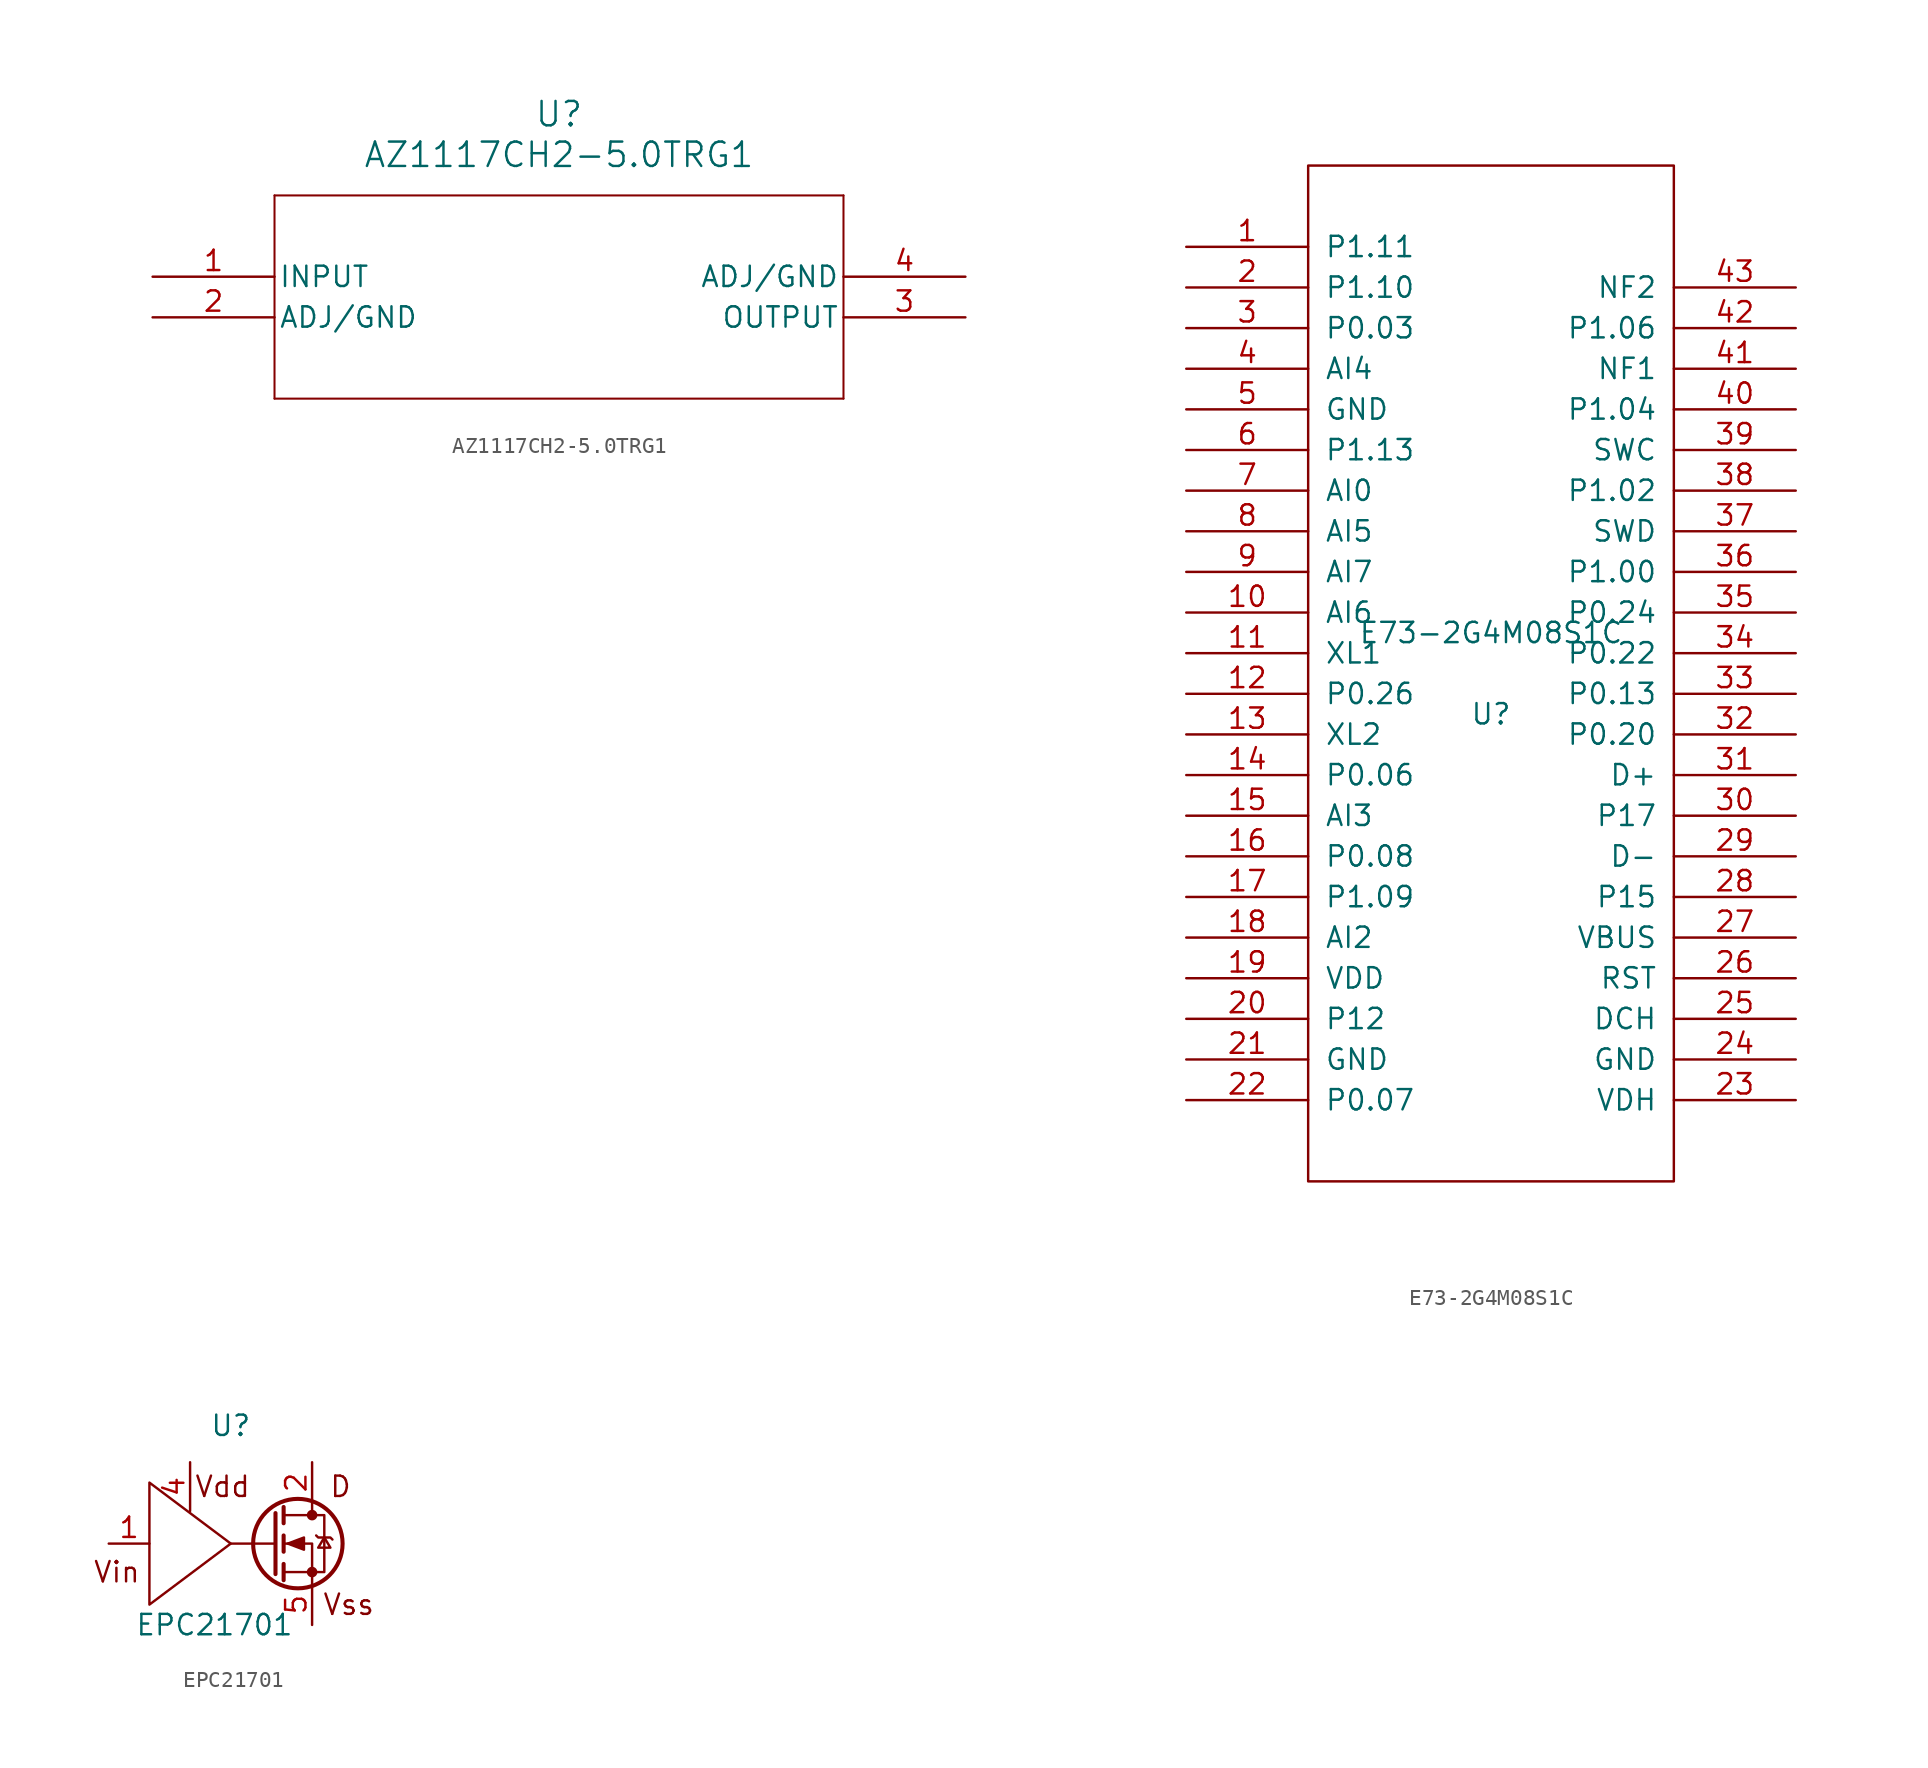
<source format=kicad_sym>
(kicad_symbol_lib
  (version 20220914)
  (generator kicad_symbol_editor)
  (symbol "AZ1117CH2-5.0TRG1"
    (pin_names
      (offset 0.254))
    (property "Reference" "U"
      (at 25.4 10.16 0)
      (effects (font (size 1.524 1.524))))
    (property "Value" "AZ1117CH2-5.0TRG1"
      (at 25.4 7.62 0)
      (effects (font (size 1.524 1.524))))
    (property "ki_locked" ""
      (at 0 0 0)
      (effects (font (size 1.27 1.27))))
    (symbol "AZ1117CH2-5.0TRG1_0_1"
      (polyline (pts (xy 7.62 -7.62) (xy 43.18 -7.62)) (stroke (width 0.127) (type default)) (fill (type none)))
      (polyline (pts (xy 7.62 5.08) (xy 7.62 -7.62)) (stroke (width 0.127) (type default)) (fill (type none)))
      (polyline (pts (xy 43.18 -7.62) (xy 43.18 5.08)) (stroke (width 0.127) (type default)) (fill (type none)))
      (polyline (pts (xy 43.18 5.08) (xy 7.62 5.08)) (stroke (width 0.127) (type default)) (fill (type none)))
      (pin input line (at 0 0 0) (length 7.62) (name "INPUT" (effects (font (size 1.27 1.27)))) (number "1" (effects (font (size 1.27 1.27)))))
      (pin power_out line (at 0 -2.54 0) (length 7.62) (name "ADJ/GND" (effects (font (size 1.27 1.27)))) (number "2" (effects (font (size 1.27 1.27)))))
      (pin output line (at 50.8 -2.54 180) (length 7.62) (name "OUTPUT" (effects (font (size 1.27 1.27)))) (number "3" (effects (font (size 1.27 1.27)))))
      (pin power_out line (at 50.8 0 180) (length 7.62) (name "ADJ/GND" (effects (font (size 1.27 1.27)))) (number "4" (effects (font (size 1.27 1.27)))))))
  (symbol "E73-2G4M08S1C"
    (pin_names
      (offset 1.016))
    (property "Reference" "U"
      (at 0 -2.54 0)
      (effects (font (size 1.27 1.27))))
    (property "Value" "E73-2G4M08S1C"
      (at 0 2.54 0)
      (effects (font (size 1.27 1.27))))
    (symbol "E73-2G4M08S1C_1_0"
      (rectangle (start -11.43 -31.75) (end 11.43 31.75) (stroke (width 0) (type solid)) (fill (type none))))
    (symbol "E73-2G4M08S1C_1_1"
      (pin bidirectional line (at -19.05 26.67 0) (length 7.62) (name "P1.11" (effects (font (size 1.27 1.27)))) (number "1" (effects (font (size 1.27 1.27)))))
      (pin input line (at -19.05 3.81 0) (length 7.62) (name "AI6" (effects (font (size 1.27 1.27)))) (number "10" (effects (font (size 1.27 1.27)))))
      (pin passive line (at -19.05 1.27 0) (length 7.62) (name "XL1" (effects (font (size 1.27 1.27)))) (number "11" (effects (font (size 1.27 1.27)))))
      (pin bidirectional line (at -19.05 -1.27 0) (length 7.62) (name "P0.26" (effects (font (size 1.27 1.27)))) (number "12" (effects (font (size 1.27 1.27)))))
      (pin passive line (at -19.05 -3.81 0) (length 7.62) (name "XL2" (effects (font (size 1.27 1.27)))) (number "13" (effects (font (size 1.27 1.27)))))
      (pin bidirectional line (at -19.05 -6.35 0) (length 7.62) (name "P0.06" (effects (font (size 1.27 1.27)))) (number "14" (effects (font (size 1.27 1.27)))))
      (pin input line (at -19.05 -8.89 0) (length 7.62) (name "AI3" (effects (font (size 1.27 1.27)))) (number "15" (effects (font (size 1.27 1.27)))))
      (pin bidirectional line (at -19.05 -11.43 0) (length 7.62) (name "P0.08" (effects (font (size 1.27 1.27)))) (number "16" (effects (font (size 1.27 1.27)))))
      (pin bidirectional line (at -19.05 -13.97 0) (length 7.62) (name "P1.09" (effects (font (size 1.27 1.27)))) (number "17" (effects (font (size 1.27 1.27)))))
      (pin input line (at -19.05 -16.51 0) (length 7.62) (name "AI2" (effects (font (size 1.27 1.27)))) (number "18" (effects (font (size 1.27 1.27)))))
      (pin power_in line (at -19.05 -19.05 0) (length 7.62) (name "VDD" (effects (font (size 1.27 1.27)))) (number "19" (effects (font (size 1.27 1.27)))))
      (pin bidirectional line (at -19.05 24.13 0) (length 7.62) (name "P1.10" (effects (font (size 1.27 1.27)))) (number "2" (effects (font (size 1.27 1.27)))))
      (pin bidirectional line (at -19.05 -21.59 0) (length 7.62) (name "P12" (effects (font (size 1.27 1.27)))) (number "20" (effects (font (size 1.27 1.27)))))
      (pin power_in line (at -19.05 -24.13 0) (length 7.62) (name "GND" (effects (font (size 1.27 1.27)))) (number "21" (effects (font (size 1.27 1.27)))))
      (pin bidirectional line (at -19.05 -26.67 0) (length 7.62) (name "P0.07" (effects (font (size 1.27 1.27)))) (number "22" (effects (font (size 1.27 1.27)))))
      (pin power_in line (at 19.05 -26.67 180) (length 7.62) (name "VDH" (effects (font (size 1.27 1.27)))) (number "23" (effects (font (size 1.27 1.27)))))
      (pin power_in line (at 19.05 -24.13 180) (length 7.62) (name "GND" (effects (font (size 1.27 1.27)))) (number "24" (effects (font (size 1.27 1.27)))))
      (pin power_in line (at 19.05 -21.59 180) (length 7.62) (name "DCH" (effects (font (size 1.27 1.27)))) (number "25" (effects (font (size 1.27 1.27)))))
      (pin input line (at 19.05 -19.05 180) (length 7.62) (name "RST" (effects (font (size 1.27 1.27)))) (number "26" (effects (font (size 1.27 1.27)))))
      (pin power_in line (at 19.05 -16.51 180) (length 7.62) (name "VBUS" (effects (font (size 1.27 1.27)))) (number "27" (effects (font (size 1.27 1.27)))))
      (pin bidirectional line (at 19.05 -13.97 180) (length 7.62) (name "P15" (effects (font (size 1.27 1.27)))) (number "28" (effects (font (size 1.27 1.27)))))
      (pin bidirectional line (at 19.05 -11.43 180) (length 7.62) (name "D-" (effects (font (size 1.27 1.27)))) (number "29" (effects (font (size 1.27 1.27)))))
      (pin bidirectional line (at -19.05 21.59 0) (length 7.62) (name "P0.03" (effects (font (size 1.27 1.27)))) (number "3" (effects (font (size 1.27 1.27)))))
      (pin bidirectional line (at 19.05 -8.89 180) (length 7.62) (name "P17" (effects (font (size 1.27 1.27)))) (number "30" (effects (font (size 1.27 1.27)))))
      (pin bidirectional line (at 19.05 -6.35 180) (length 7.62) (name "D+" (effects (font (size 1.27 1.27)))) (number "31" (effects (font (size 1.27 1.27)))))
      (pin bidirectional line (at 19.05 -3.81 180) (length 7.62) (name "P0.20" (effects (font (size 1.27 1.27)))) (number "32" (effects (font (size 1.27 1.27)))))
      (pin bidirectional line (at 19.05 -1.27 180) (length 7.62) (name "P0.13" (effects (font (size 1.27 1.27)))) (number "33" (effects (font (size 1.27 1.27)))))
      (pin bidirectional line (at 19.05 1.27 180) (length 7.62) (name "P0.22" (effects (font (size 1.27 1.27)))) (number "34" (effects (font (size 1.27 1.27)))))
      (pin bidirectional line (at 19.05 3.81 180) (length 7.62) (name "P0.24" (effects (font (size 1.27 1.27)))) (number "35" (effects (font (size 1.27 1.27)))))
      (pin bidirectional line (at 19.05 6.35 180) (length 7.62) (name "P1.00" (effects (font (size 1.27 1.27)))) (number "36" (effects (font (size 1.27 1.27)))))
      (pin input line (at 19.05 8.89 180) (length 7.62) (name "SWD" (effects (font (size 1.27 1.27)))) (number "37" (effects (font (size 1.27 1.27)))))
      (pin bidirectional line (at 19.05 11.43 180) (length 7.62) (name "P1.02" (effects (font (size 1.27 1.27)))) (number "38" (effects (font (size 1.27 1.27)))))
      (pin input line (at 19.05 13.97 180) (length 7.62) (name "SWC" (effects (font (size 1.27 1.27)))) (number "39" (effects (font (size 1.27 1.27)))))
      (pin input line (at -19.05 19.05 0) (length 7.62) (name "AI4" (effects (font (size 1.27 1.27)))) (number "4" (effects (font (size 1.27 1.27)))))
      (pin bidirectional line (at 19.05 16.51 180) (length 7.62) (name "P1.04" (effects (font (size 1.27 1.27)))) (number "40" (effects (font (size 1.27 1.27)))))
      (pin input line (at 19.05 19.05 180) (length 7.62) (name "NF1" (effects (font (size 1.27 1.27)))) (number "41" (effects (font (size 1.27 1.27)))))
      (pin bidirectional line (at 19.05 21.59 180) (length 7.62) (name "P1.06" (effects (font (size 1.27 1.27)))) (number "42" (effects (font (size 1.27 1.27)))))
      (pin input line (at 19.05 24.13 180) (length 7.62) (name "NF2" (effects (font (size 1.27 1.27)))) (number "43" (effects (font (size 1.27 1.27)))))
      (pin power_in line (at -19.05 16.51 0) (length 7.62) (name "GND" (effects (font (size 1.27 1.27)))) (number "5" (effects (font (size 1.27 1.27)))))
      (pin bidirectional line (at -19.05 13.97 0) (length 7.62) (name "P1.13" (effects (font (size 1.27 1.27)))) (number "6" (effects (font (size 1.27 1.27)))))
      (pin input line (at -19.05 11.43 0) (length 7.62) (name "AI0" (effects (font (size 1.27 1.27)))) (number "7" (effects (font (size 1.27 1.27)))))
      (pin input line (at -19.05 8.89 0) (length 7.62) (name "AI5" (effects (font (size 1.27 1.27)))) (number "8" (effects (font (size 1.27 1.27)))))
      (pin input line (at -19.05 6.35 0) (length 7.62) (name "AI7" (effects (font (size 1.27 1.27)))) (number "9" (effects (font (size 1.27 1.27)))))))
  (symbol "EPC21701"
    (property "Reference" "U"
      (at 0 7.366 0)
      (effects (font (size 1.27 1.27))))
    (property "Value" "EPC21701"
      (at -1.016 -5.08 0)
      (effects (font (size 1.27 1.27))))
    (symbol "EPC21701_0_1"
      (polyline (pts (xy 2.794 0) (xy 0 0)) (stroke (width 0) (type default)) (fill (type none)))
      (polyline (pts (xy 2.794 1.905) (xy 2.794 -1.905)) (stroke (width 0.254) (type default)) (fill (type none)))
      (polyline (pts (xy 3.302 -1.27) (xy 3.302 -2.286)) (stroke (width 0.254) (type default)) (fill (type none)))
      (polyline (pts (xy 3.302 0.508) (xy 3.302 -0.508)) (stroke (width 0.254) (type default)) (fill (type none)))
      (polyline (pts (xy 3.302 2.286) (xy 3.302 1.27)) (stroke (width 0.254) (type default)) (fill (type none)))
      (polyline (pts (xy 5.08 2.54) (xy 5.08 1.778)) (stroke (width 0) (type default)) (fill (type none)))
      (polyline (pts (xy 5.08 -2.54) (xy 5.08 0) (xy 3.302 0)) (stroke (width 0) (type default)) (fill (type none)))
      (polyline (pts (xy 0 0) (xy -5.08 3.81) (xy -5.08 -3.81) (xy 0 0)) (stroke (width 0) (type default)) (fill (type none)))
      (polyline (pts (xy 3.302 -1.778) (xy 5.842 -1.778) (xy 5.842 1.778) (xy 3.302 1.778)) (stroke (width 0) (type default)) (fill (type none)))
      (polyline (pts (xy 3.556 0) (xy 4.572 0.381) (xy 4.572 -0.381) (xy 3.556 0)) (stroke (width 0) (type default)) (fill (type outline)))
      (polyline (pts (xy 5.334 0.508) (xy 5.461 0.381) (xy 6.223 0.381) (xy 6.35 0.254)) (stroke (width 0) (type default)) (fill (type none)))
      (polyline (pts (xy 5.842 0.381) (xy 5.461 -0.254) (xy 6.223 -0.254) (xy 5.842 0.381)) (stroke (width 0) (type default)) (fill (type none)))
      (circle (center 4.191 0) (radius 2.794) (stroke (width 0.254) (type default)) (fill (type none)))
      (circle (center 5.08 -1.778) (radius 0.254) (stroke (width 0) (type default)) (fill (type outline)))
      (circle (center 5.08 1.778) (radius 0.254) (stroke (width 0) (type default)) (fill (type outline))))
    (symbol "EPC21701_1_1"
      (text "D" (at 6.858 3.556 0) (effects (font (size 1.27 1.27))))
      (text "Vdd" (at -0.508 3.556 0) (effects (font (size 1.27 1.27))))
      (text "Vin" (at -7.112 -1.778 0) (effects (font (size 1.27 1.27))))
      (text "Vss" (at 7.366 -3.81 0) (effects (font (size 1.27 1.27))))
      (pin input line (at -7.62 0 0) (length 2.54) (name "" (effects (font (size 1.27 1.27)))) (number "1" (effects (font (size 1.27 1.27)))))
      (pin passive line (at 5.08 5.08 270) (length 2.54) (name "" (effects (font (size 1.27 1.27)))) (number "2" (effects (font (size 1.27 1.27)))))
      (pin power_in line (at -2.54 5.08 270) (length 3.048) (name "" (effects (font (size 1.27 1.27)))) (number "4" (effects (font (size 1.27 1.27)))))
      (pin passive line (at 5.08 -5.08 90) (length 2.54) (name "" (effects (font (size 1.27 1.27)))) (number "5" (effects (font (size 1.27 1.27))))))))
</source>
